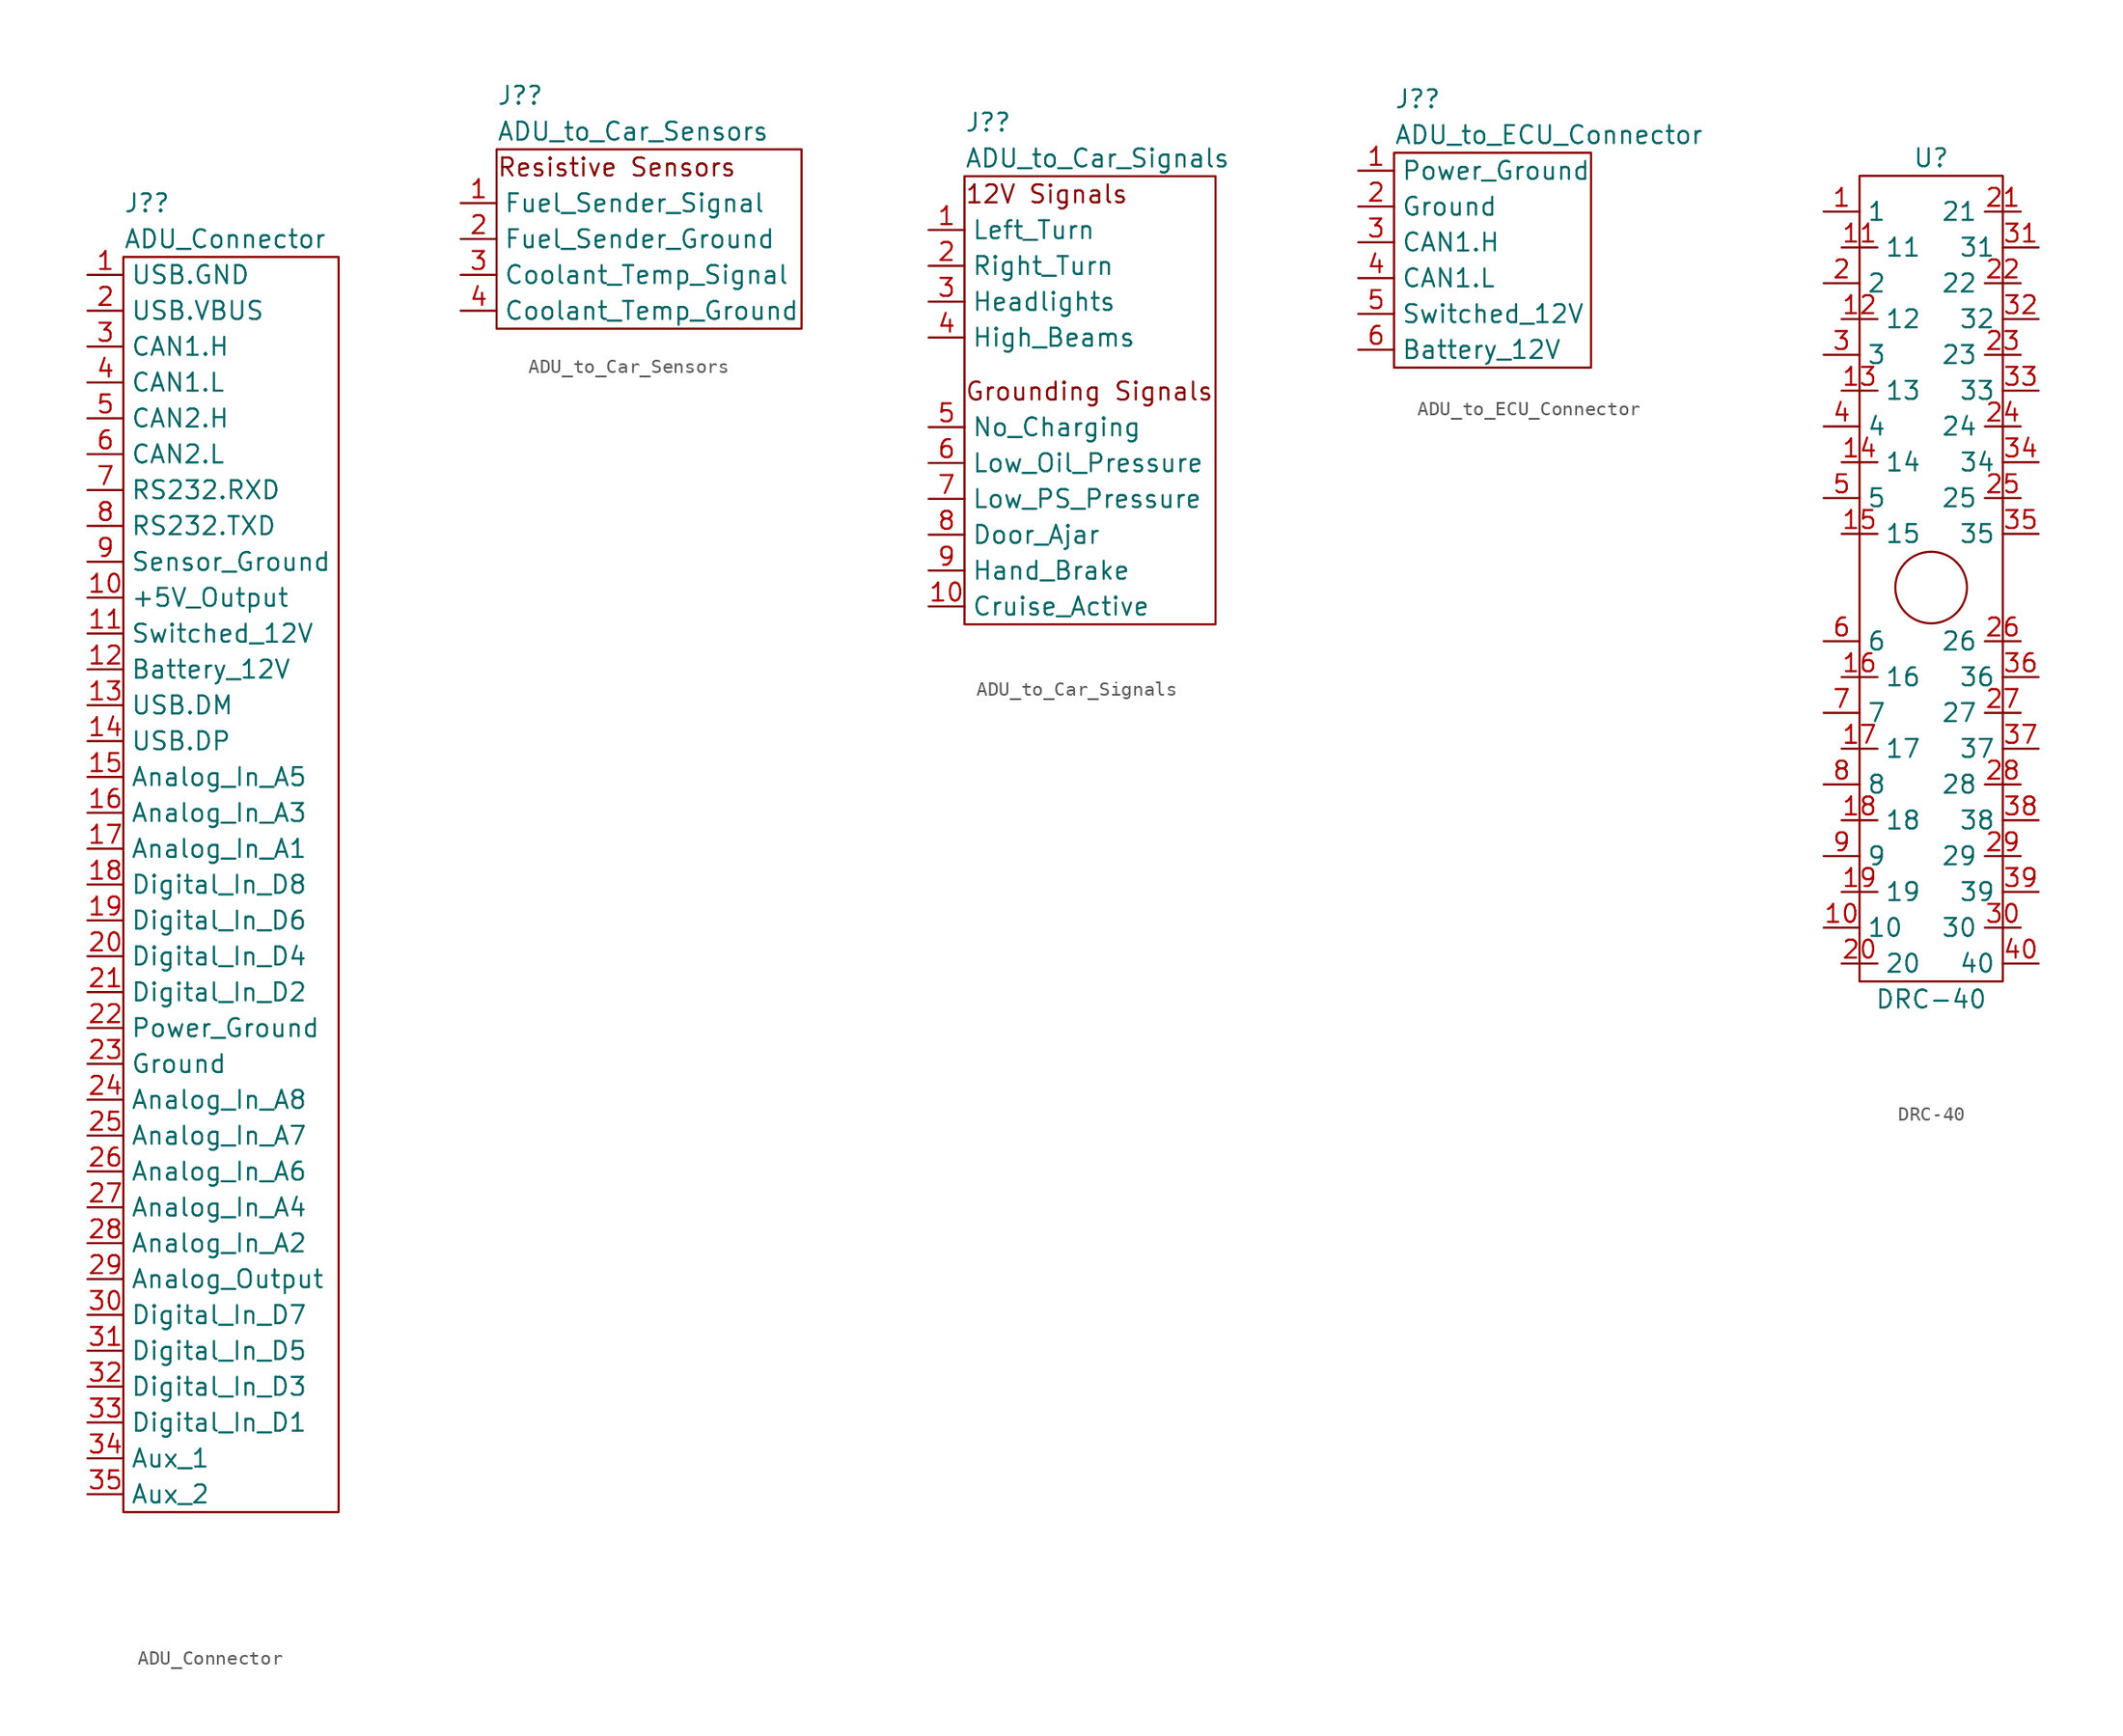
<source format=kicad_sym>
(kicad_symbol_lib
  (version 20211014)
  (generator kicad_symbol_editor)
  (symbol "ADU_Connector"
    (property "Reference" "J?"
      (at 0 3.81 0)
      (effects (font (size 1.27 1.27)) (justify left)))
    (property "Value" "ADU_Connector"
      (at 0 1.27 0)
      (effects (font (size 1.27 1.27)) (justify left)))
    (symbol "ADU_Connector_0_1"
      (rectangle (start 0 0) (end 15.24 -88.9) (stroke (width 0) (type default) (color 0 0 0 0)) (fill (type none))))
    (symbol "ADU_Connector_1_1"
      (pin power_out line (at -2.54 -1.27 0) (length 2.54) (name "USB.GND" (effects (font (size 1.27 1.27)))) (number "1" (effects (font (size 1.27 1.27)))))
      (pin power_out line (at -2.54 -24.13 0) (length 2.54) (name "+5V_Output" (effects (font (size 1.27 1.27)))) (number "10" (effects (font (size 1.27 1.27)))))
      (pin power_in line (at -2.54 -26.67 0) (length 2.54) (name "Switched_12V" (effects (font (size 1.27 1.27)))) (number "11" (effects (font (size 1.27 1.27)))))
      (pin power_in line (at -2.54 -29.21 0) (length 2.54) (name "Battery_12V" (effects (font (size 1.27 1.27)))) (number "12" (effects (font (size 1.27 1.27)))))
      (pin bidirectional line (at -2.54 -31.75 0) (length 2.54) (name "USB.DM" (effects (font (size 1.27 1.27)))) (number "13" (effects (font (size 1.27 1.27)))))
      (pin bidirectional line (at -2.54 -34.29 0) (length 2.54) (name "USB.DP" (effects (font (size 1.27 1.27)))) (number "14" (effects (font (size 1.27 1.27)))))
      (pin input line (at -2.54 -36.83 0) (length 2.54) (name "Analog_In_A5" (effects (font (size 1.27 1.27)))) (number "15" (effects (font (size 1.27 1.27)))))
      (pin input line (at -2.54 -39.37 0) (length 2.54) (name "Analog_In_A3" (effects (font (size 1.27 1.27)))) (number "16" (effects (font (size 1.27 1.27)))))
      (pin input line (at -2.54 -41.91 0) (length 2.54) (name "Analog_In_A1" (effects (font (size 1.27 1.27)))) (number "17" (effects (font (size 1.27 1.27)))))
      (pin input line (at -2.54 -44.45 0) (length 2.54) (name "Digital_In_D8" (effects (font (size 1.27 1.27)))) (number "18" (effects (font (size 1.27 1.27)))))
      (pin input line (at -2.54 -46.99 0) (length 2.54) (name "Digital_In_D6" (effects (font (size 1.27 1.27)))) (number "19" (effects (font (size 1.27 1.27)))))
      (pin power_out line (at -2.54 -3.81 0) (length 2.54) (name "USB.VBUS" (effects (font (size 1.27 1.27)))) (number "2" (effects (font (size 1.27 1.27)))))
      (pin input line (at -2.54 -49.53 0) (length 2.54) (name "Digital_In_D4" (effects (font (size 1.27 1.27)))) (number "20" (effects (font (size 1.27 1.27)))))
      (pin input line (at -2.54 -52.07 0) (length 2.54) (name "Digital_In_D2" (effects (font (size 1.27 1.27)))) (number "21" (effects (font (size 1.27 1.27)))))
      (pin power_in line (at -2.54 -54.61 0) (length 2.54) (name "Power_Ground" (effects (font (size 1.27 1.27)))) (number "22" (effects (font (size 1.27 1.27)))))
      (pin power_in line (at -2.54 -57.15 0) (length 2.54) (name "Ground" (effects (font (size 1.27 1.27)))) (number "23" (effects (font (size 1.27 1.27)))))
      (pin input line (at -2.54 -59.69 0) (length 2.54) (name "Analog_In_A8" (effects (font (size 1.27 1.27)))) (number "24" (effects (font (size 1.27 1.27)))))
      (pin input line (at -2.54 -62.23 0) (length 2.54) (name "Analog_In_A7" (effects (font (size 1.27 1.27)))) (number "25" (effects (font (size 1.27 1.27)))))
      (pin input line (at -2.54 -64.77 0) (length 2.54) (name "Analog_In_A6" (effects (font (size 1.27 1.27)))) (number "26" (effects (font (size 1.27 1.27)))))
      (pin input line (at -2.54 -67.31 0) (length 2.54) (name "Analog_In_A4" (effects (font (size 1.27 1.27)))) (number "27" (effects (font (size 1.27 1.27)))))
      (pin input line (at -2.54 -69.85 0) (length 2.54) (name "Analog_In_A2" (effects (font (size 1.27 1.27)))) (number "28" (effects (font (size 1.27 1.27)))))
      (pin output line (at -2.54 -72.39 0) (length 2.54) (name "Analog_Output" (effects (font (size 1.27 1.27)))) (number "29" (effects (font (size 1.27 1.27)))))
      (pin bidirectional line (at -2.54 -6.35 0) (length 2.54) (name "CAN1.H" (effects (font (size 1.27 1.27)))) (number "3" (effects (font (size 1.27 1.27)))))
      (pin input line (at -2.54 -74.93 0) (length 2.54) (name "Digital_In_D7" (effects (font (size 1.27 1.27)))) (number "30" (effects (font (size 1.27 1.27)))))
      (pin input line (at -2.54 -77.47 0) (length 2.54) (name "Digital_In_D5" (effects (font (size 1.27 1.27)))) (number "31" (effects (font (size 1.27 1.27)))))
      (pin input line (at -2.54 -80.01 0) (length 2.54) (name "Digital_In_D3" (effects (font (size 1.27 1.27)))) (number "32" (effects (font (size 1.27 1.27)))))
      (pin input line (at -2.54 -82.55 0) (length 2.54) (name "Digital_In_D1" (effects (font (size 1.27 1.27)))) (number "33" (effects (font (size 1.27 1.27)))))
      (pin open_collector line (at -2.54 -85.09 0) (length 2.54) (name "Aux_1" (effects (font (size 1.27 1.27)))) (number "34" (effects (font (size 1.27 1.27)))))
      (pin open_collector line (at -2.54 -87.63 0) (length 2.54) (name "Aux_2" (effects (font (size 1.27 1.27)))) (number "35" (effects (font (size 1.27 1.27)))))
      (pin bidirectional line (at -2.54 -8.89 0) (length 2.54) (name "CAN1.L" (effects (font (size 1.27 1.27)))) (number "4" (effects (font (size 1.27 1.27)))))
      (pin bidirectional line (at -2.54 -11.43 0) (length 2.54) (name "CAN2.H" (effects (font (size 1.27 1.27)))) (number "5" (effects (font (size 1.27 1.27)))))
      (pin bidirectional line (at -2.54 -13.97 0) (length 2.54) (name "CAN2.L" (effects (font (size 1.27 1.27)))) (number "6" (effects (font (size 1.27 1.27)))))
      (pin bidirectional line (at -2.54 -16.51 0) (length 2.54) (name "RS232.RXD" (effects (font (size 1.27 1.27)))) (number "7" (effects (font (size 1.27 1.27)))))
      (pin bidirectional line (at -2.54 -19.05 0) (length 2.54) (name "RS232.TXD" (effects (font (size 1.27 1.27)))) (number "8" (effects (font (size 1.27 1.27)))))
      (pin power_out line (at -2.54 -21.59 0) (length 2.54) (name "Sensor_Ground" (effects (font (size 1.27 1.27)))) (number "9" (effects (font (size 1.27 1.27)))))))
  (symbol "ADU_to_Car_Sensors"
    (property "Reference" "J?"
      (at 0 3.81 0)
      (effects (font (size 1.27 1.27)) (justify left)))
    (property "Value" "ADU_to_Car_Sensors"
      (at 0 1.27 0)
      (effects (font (size 1.27 1.27)) (justify left)))
    (symbol "ADU_to_Car_Sensors_0_0"
      (text "Resistive Sensors" (at 0 -1.27 0) (effects (font (size 1.27 1.27)) (justify left))))
    (symbol "ADU_to_Car_Sensors_0_1"
      (rectangle (start 0 0) (end 21.59 -12.7) (stroke (width 0) (type default) (color 0 0 0 0)) (fill (type none))))
    (symbol "ADU_to_Car_Sensors_1_1"
      (pin bidirectional line (at -2.54 -3.81 0) (length 2.54) (name "Fuel_Sender_Signal" (effects (font (size 1.27 1.27)))) (number "1" (effects (font (size 1.27 1.27)))))
      (pin bidirectional line (at -2.54 -6.35 0) (length 2.54) (name "Fuel_Sender_Ground" (effects (font (size 1.27 1.27)))) (number "2" (effects (font (size 1.27 1.27)))))
      (pin bidirectional line (at -2.54 -8.89 0) (length 2.54) (name "Coolant_Temp_Signal" (effects (font (size 1.27 1.27)))) (number "3" (effects (font (size 1.27 1.27)))))
      (pin bidirectional line (at -2.54 -11.43 0) (length 2.54) (name "Coolant_Temp_Ground" (effects (font (size 1.27 1.27)))) (number "4" (effects (font (size 1.27 1.27)))))))
  (symbol "ADU_to_Car_Signals"
    (property "Reference" "J?"
      (at 0 3.81 0)
      (effects (font (size 1.27 1.27)) (justify left)))
    (property "Value" "ADU_to_Car_Signals"
      (at 0 1.27 0)
      (effects (font (size 1.27 1.27)) (justify left)))
    (symbol "ADU_to_Car_Signals_0_0"
      (text "12V Signals" (at 0 -1.27 0) (effects (font (size 1.27 1.27)) (justify left)))
      (text "Grounding Signals" (at 0 -15.24 0) (effects (font (size 1.27 1.27)) (justify left))))
    (symbol "ADU_to_Car_Signals_0_1"
      (rectangle (start 0 0) (end 17.78 -31.75) (stroke (width 0) (type default) (color 0 0 0 0)) (fill (type none))))
    (symbol "ADU_to_Car_Signals_1_1"
      (pin bidirectional line (at -2.54 -3.81 0) (length 2.54) (name "Left_Turn" (effects (font (size 1.27 1.27)))) (number "1" (effects (font (size 1.27 1.27)))))
      (pin bidirectional line (at -2.54 -30.48 0) (length 2.54) (name "Cruise_Active" (effects (font (size 1.27 1.27)))) (number "10" (effects (font (size 1.27 1.27)))))
      (pin bidirectional line (at -2.54 -6.35 0) (length 2.54) (name "Right_Turn" (effects (font (size 1.27 1.27)))) (number "2" (effects (font (size 1.27 1.27)))))
      (pin bidirectional line (at -2.54 -8.89 0) (length 2.54) (name "Headlights" (effects (font (size 1.27 1.27)))) (number "3" (effects (font (size 1.27 1.27)))))
      (pin bidirectional line (at -2.54 -11.43 0) (length 2.54) (name "High_Beams" (effects (font (size 1.27 1.27)))) (number "4" (effects (font (size 1.27 1.27)))))
      (pin bidirectional line (at -2.54 -17.78 0) (length 2.54) (name "No_Charging" (effects (font (size 1.27 1.27)))) (number "5" (effects (font (size 1.27 1.27)))))
      (pin bidirectional line (at -2.54 -20.32 0) (length 2.54) (name "Low_Oil_Pressure" (effects (font (size 1.27 1.27)))) (number "6" (effects (font (size 1.27 1.27)))))
      (pin bidirectional line (at -2.54 -22.86 0) (length 2.54) (name "Low_PS_Pressure" (effects (font (size 1.27 1.27)))) (number "7" (effects (font (size 1.27 1.27)))))
      (pin bidirectional line (at -2.54 -25.4 0) (length 2.54) (name "Door_Ajar" (effects (font (size 1.27 1.27)))) (number "8" (effects (font (size 1.27 1.27)))))
      (pin bidirectional line (at -2.54 -27.94 0) (length 2.54) (name "Hand_Brake" (effects (font (size 1.27 1.27)))) (number "9" (effects (font (size 1.27 1.27)))))))
  (symbol "ADU_to_ECU_Connector"
    (property "Reference" "J?"
      (at 0 3.81 0)
      (effects (font (size 1.27 1.27)) (justify left)))
    (property "Value" "ADU_to_ECU_Connector"
      (at 0 1.27 0)
      (effects (font (size 1.27 1.27)) (justify left)))
    (symbol "ADU_to_ECU_Connector_0_1"
      (rectangle (start 0 0) (end 13.97 -15.24) (stroke (width 0) (type default) (color 0 0 0 0)) (fill (type none))))
    (symbol "ADU_to_ECU_Connector_1_1"
      (pin power_in line (at -2.54 -1.27 0) (length 2.54) (name "Power_Ground" (effects (font (size 1.27 1.27)))) (number "1" (effects (font (size 1.27 1.27)))))
      (pin power_in line (at -2.54 -3.81 0) (length 2.54) (name "Ground" (effects (font (size 1.27 1.27)))) (number "2" (effects (font (size 1.27 1.27)))))
      (pin bidirectional line (at -2.54 -6.35 0) (length 2.54) (name "CAN1.H" (effects (font (size 1.27 1.27)))) (number "3" (effects (font (size 1.27 1.27)))))
      (pin bidirectional line (at -2.54 -8.89 0) (length 2.54) (name "CAN1.L" (effects (font (size 1.27 1.27)))) (number "4" (effects (font (size 1.27 1.27)))))
      (pin power_in line (at -2.54 -11.43 0) (length 2.54) (name "Switched_12V" (effects (font (size 1.27 1.27)))) (number "5" (effects (font (size 1.27 1.27)))))
      (pin power_in line (at -2.54 -13.97 0) (length 2.54) (name "Battery_12V" (effects (font (size 1.27 1.27)))) (number "6" (effects (font (size 1.27 1.27)))))))
  (symbol "DRC-40"
    (property "Reference" "U"
      (at 0 0 0)
      (effects (font (size 1.27 1.27))))
    (property "Value" "DRC-40"
      (at 0 -59.69 0)
      (effects (font (size 1.27 1.27))))
    (symbol "DRC-40_0_1"
      (rectangle (start -5.08 -1.27) (end 5.08 -58.42) (stroke (width 0) (type default) (color 0 0 0 0)) (fill (type none)))
      (circle (center 0 -30.48) (radius 2.54) (stroke (width 0) (type default) (color 0 0 0 0)) (fill (type none))))
    (symbol "DRC-40_1_1"
      (pin bidirectional line (at -7.62 -3.81 0) (length 2.54) (name "1" (effects (font (size 1.27 1.27)))) (number "1" (effects (font (size 1.27 1.27)))))
      (pin bidirectional line (at -7.62 -54.61 0) (length 2.54) (name "10" (effects (font (size 1.27 1.27)))) (number "10" (effects (font (size 1.27 1.27)))))
      (pin bidirectional line (at -6.35 -6.35 0) (length 2.54) (name "11" (effects (font (size 1.27 1.27)))) (number "11" (effects (font (size 1.27 1.27)))))
      (pin bidirectional line (at -6.35 -11.43 0) (length 2.54) (name "12" (effects (font (size 1.27 1.27)))) (number "12" (effects (font (size 1.27 1.27)))))
      (pin bidirectional line (at -6.35 -16.51 0) (length 2.54) (name "13" (effects (font (size 1.27 1.27)))) (number "13" (effects (font (size 1.27 1.27)))))
      (pin bidirectional line (at -6.35 -21.59 0) (length 2.54) (name "14" (effects (font (size 1.27 1.27)))) (number "14" (effects (font (size 1.27 1.27)))))
      (pin bidirectional line (at -6.35 -26.67 0) (length 2.54) (name "15" (effects (font (size 1.27 1.27)))) (number "15" (effects (font (size 1.27 1.27)))))
      (pin bidirectional line (at -6.35 -36.83 0) (length 2.54) (name "16" (effects (font (size 1.27 1.27)))) (number "16" (effects (font (size 1.27 1.27)))))
      (pin bidirectional line (at -6.35 -41.91 0) (length 2.54) (name "17" (effects (font (size 1.27 1.27)))) (number "17" (effects (font (size 1.27 1.27)))))
      (pin bidirectional line (at -6.35 -46.99 0) (length 2.54) (name "18" (effects (font (size 1.27 1.27)))) (number "18" (effects (font (size 1.27 1.27)))))
      (pin bidirectional line (at -6.35 -52.07 0) (length 2.54) (name "19" (effects (font (size 1.27 1.27)))) (number "19" (effects (font (size 1.27 1.27)))))
      (pin bidirectional line (at -7.62 -8.89 0) (length 2.54) (name "2" (effects (font (size 1.27 1.27)))) (number "2" (effects (font (size 1.27 1.27)))))
      (pin bidirectional line (at -6.35 -57.15 0) (length 2.54) (name "20" (effects (font (size 1.27 1.27)))) (number "20" (effects (font (size 1.27 1.27)))))
      (pin bidirectional line (at 6.35 -3.81 180) (length 2.54) (name "21" (effects (font (size 1.27 1.27)))) (number "21" (effects (font (size 1.27 1.27)))))
      (pin bidirectional line (at 6.35 -8.89 180) (length 2.54) (name "22" (effects (font (size 1.27 1.27)))) (number "22" (effects (font (size 1.27 1.27)))))
      (pin bidirectional line (at 6.35 -13.97 180) (length 2.54) (name "23" (effects (font (size 1.27 1.27)))) (number "23" (effects (font (size 1.27 1.27)))))
      (pin bidirectional line (at 6.35 -19.05 180) (length 2.54) (name "24" (effects (font (size 1.27 1.27)))) (number "24" (effects (font (size 1.27 1.27)))))
      (pin bidirectional line (at 6.35 -24.13 180) (length 2.54) (name "25" (effects (font (size 1.27 1.27)))) (number "25" (effects (font (size 1.27 1.27)))))
      (pin bidirectional line (at 6.35 -34.29 180) (length 2.54) (name "26" (effects (font (size 1.27 1.27)))) (number "26" (effects (font (size 1.27 1.27)))))
      (pin bidirectional line (at 6.35 -39.37 180) (length 2.54) (name "27" (effects (font (size 1.27 1.27)))) (number "27" (effects (font (size 1.27 1.27)))))
      (pin bidirectional line (at 6.35 -44.45 180) (length 2.54) (name "28" (effects (font (size 1.27 1.27)))) (number "28" (effects (font (size 1.27 1.27)))))
      (pin bidirectional line (at 6.35 -49.53 180) (length 2.54) (name "29" (effects (font (size 1.27 1.27)))) (number "29" (effects (font (size 1.27 1.27)))))
      (pin bidirectional line (at -7.62 -13.97 0) (length 2.54) (name "3" (effects (font (size 1.27 1.27)))) (number "3" (effects (font (size 1.27 1.27)))))
      (pin bidirectional line (at 6.35 -54.61 180) (length 2.54) (name "30" (effects (font (size 1.27 1.27)))) (number "30" (effects (font (size 1.27 1.27)))))
      (pin bidirectional line (at 7.62 -6.35 180) (length 2.54) (name "31" (effects (font (size 1.27 1.27)))) (number "31" (effects (font (size 1.27 1.27)))))
      (pin bidirectional line (at 7.62 -11.43 180) (length 2.54) (name "32" (effects (font (size 1.27 1.27)))) (number "32" (effects (font (size 1.27 1.27)))))
      (pin bidirectional line (at 7.62 -16.51 180) (length 2.54) (name "33" (effects (font (size 1.27 1.27)))) (number "33" (effects (font (size 1.27 1.27)))))
      (pin bidirectional line (at 7.62 -21.59 180) (length 2.54) (name "34" (effects (font (size 1.27 1.27)))) (number "34" (effects (font (size 1.27 1.27)))))
      (pin bidirectional line (at 7.62 -26.67 180) (length 2.54) (name "35" (effects (font (size 1.27 1.27)))) (number "35" (effects (font (size 1.27 1.27)))))
      (pin bidirectional line (at 7.62 -36.83 180) (length 2.54) (name "36" (effects (font (size 1.27 1.27)))) (number "36" (effects (font (size 1.27 1.27)))))
      (pin bidirectional line (at 7.62 -41.91 180) (length 2.54) (name "37" (effects (font (size 1.27 1.27)))) (number "37" (effects (font (size 1.27 1.27)))))
      (pin bidirectional line (at 7.62 -46.99 180) (length 2.54) (name "38" (effects (font (size 1.27 1.27)))) (number "38" (effects (font (size 1.27 1.27)))))
      (pin bidirectional line (at 7.62 -52.07 180) (length 2.54) (name "39" (effects (font (size 1.27 1.27)))) (number "39" (effects (font (size 1.27 1.27)))))
      (pin bidirectional line (at -7.62 -19.05 0) (length 2.54) (name "4" (effects (font (size 1.27 1.27)))) (number "4" (effects (font (size 1.27 1.27)))))
      (pin bidirectional line (at 7.62 -57.15 180) (length 2.54) (name "40" (effects (font (size 1.27 1.27)))) (number "40" (effects (font (size 1.27 1.27)))))
      (pin bidirectional line (at -7.62 -24.13 0) (length 2.54) (name "5" (effects (font (size 1.27 1.27)))) (number "5" (effects (font (size 1.27 1.27)))))
      (pin bidirectional line (at -7.62 -34.29 0) (length 2.54) (name "6" (effects (font (size 1.27 1.27)))) (number "6" (effects (font (size 1.27 1.27)))))
      (pin bidirectional line (at -7.62 -39.37 0) (length 2.54) (name "7" (effects (font (size 1.27 1.27)))) (number "7" (effects (font (size 1.27 1.27)))))
      (pin bidirectional line (at -7.62 -44.45 0) (length 2.54) (name "8" (effects (font (size 1.27 1.27)))) (number "8" (effects (font (size 1.27 1.27)))))
      (pin bidirectional line (at -7.62 -49.53 0) (length 2.54) (name "9" (effects (font (size 1.27 1.27)))) (number "9" (effects (font (size 1.27 1.27))))))))
</source>
